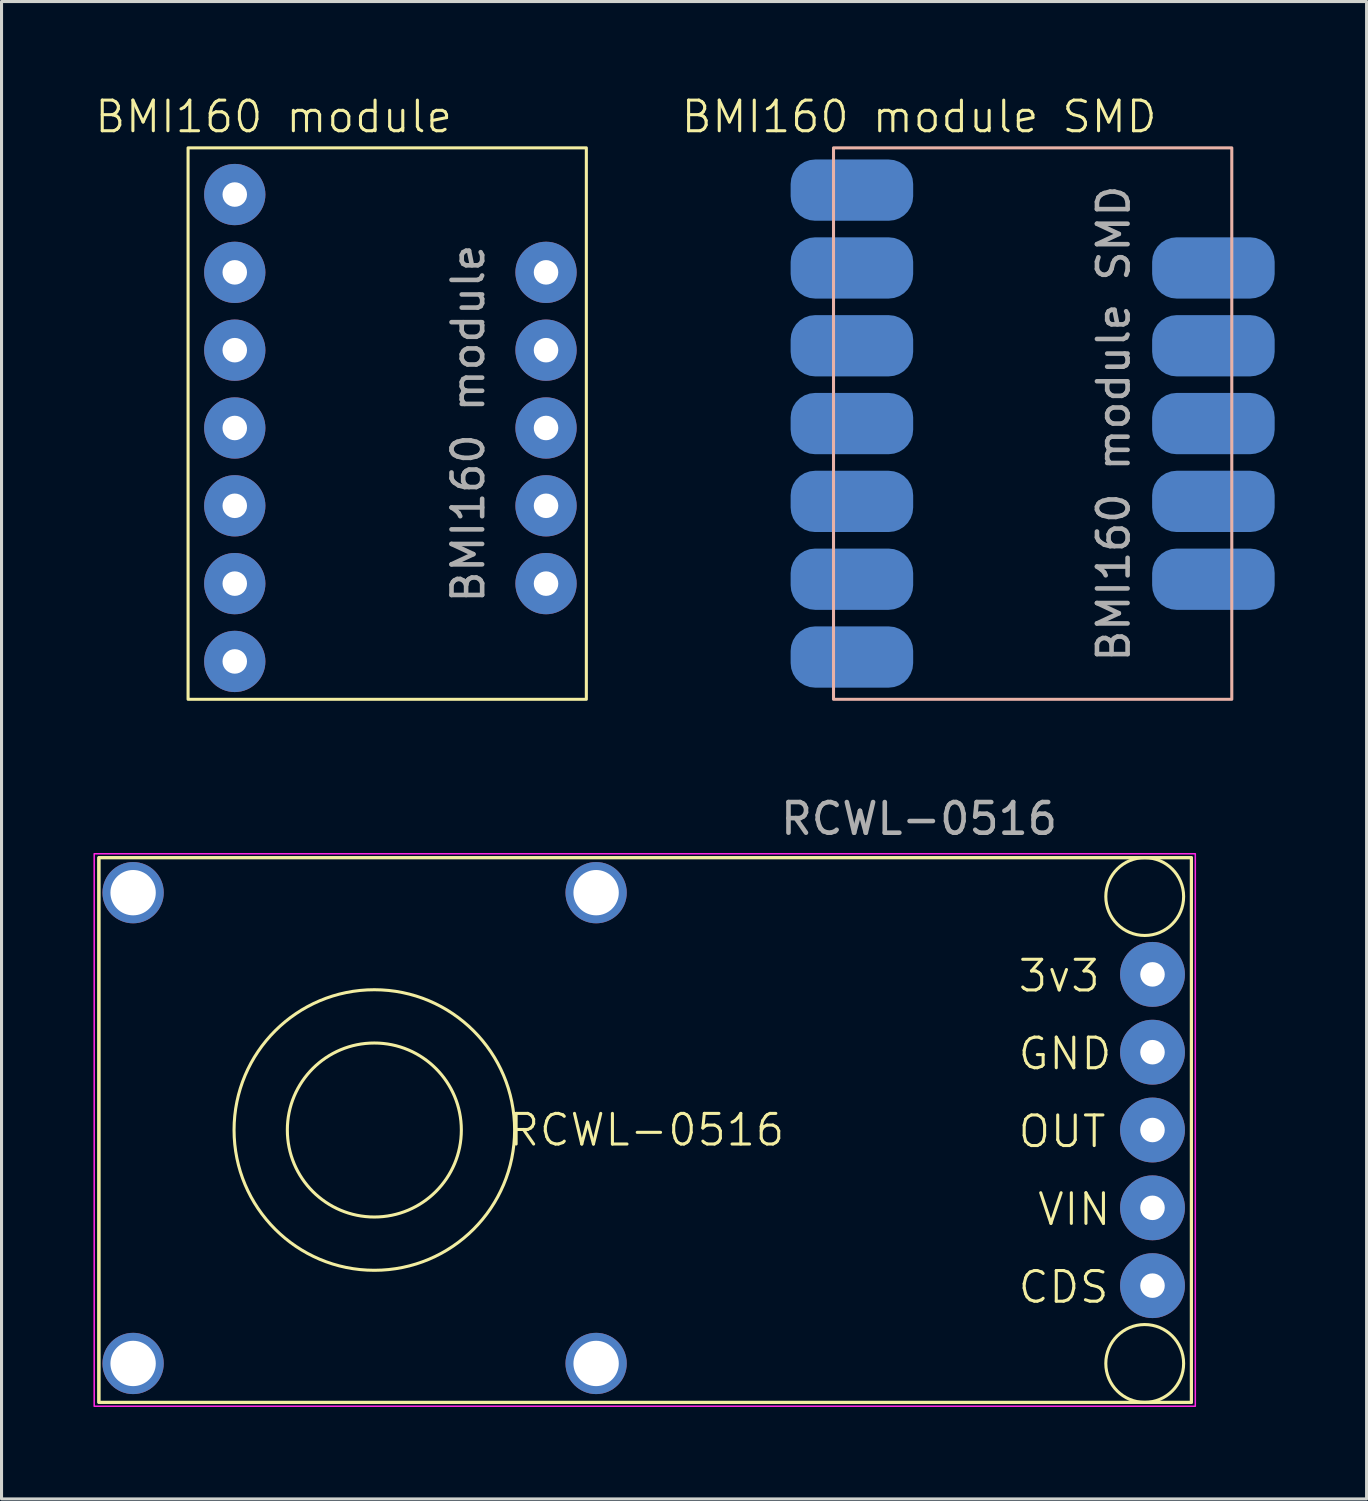
<source format=kicad_pcb>
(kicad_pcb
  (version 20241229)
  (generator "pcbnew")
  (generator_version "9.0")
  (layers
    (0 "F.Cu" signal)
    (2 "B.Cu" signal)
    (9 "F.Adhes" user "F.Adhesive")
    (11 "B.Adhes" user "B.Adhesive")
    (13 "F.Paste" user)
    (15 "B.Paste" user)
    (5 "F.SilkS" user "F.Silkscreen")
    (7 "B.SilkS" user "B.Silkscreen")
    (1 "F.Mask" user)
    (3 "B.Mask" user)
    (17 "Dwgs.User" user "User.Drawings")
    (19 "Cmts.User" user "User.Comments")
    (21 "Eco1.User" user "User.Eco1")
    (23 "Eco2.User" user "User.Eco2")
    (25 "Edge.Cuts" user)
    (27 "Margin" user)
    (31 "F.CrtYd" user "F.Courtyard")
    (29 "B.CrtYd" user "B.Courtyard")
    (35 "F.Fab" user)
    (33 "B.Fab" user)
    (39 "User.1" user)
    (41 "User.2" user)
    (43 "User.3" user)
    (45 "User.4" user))
  (footprint "BMI160 module SMD"
    (layer "F.Cu")
    (at 24.157 1.776)
    (property "Reference" "BMI160 module SMD" (at 2.794 -1.016 0) (unlocked yes) (layer "F.SilkS") (effects (font (size 1 1) (thickness 0.1))))
    (attr smd)
    (fp_rect (start 0 0) (end 13 18) (stroke (width 0.1) (type solid)) (fill no) (layer "B.SilkS"))
    (fp_text user "${REFERENCE}" (at 9.144 9 90) (unlocked yes) (layer "F.Fab") (effects (font (size 1 1) (thickness 0.15))))
    (pad "1" smd roundrect (at 0.6 1.38) (size 4 2) (layers "B.Cu" "B.Mask" "B.Paste") (roundrect_rratio 0.4))
    (pad "2" smd roundrect (at 0.6 3.92) (size 4 2) (layers "B.Cu" "B.Mask" "B.Paste") (roundrect_rratio 0.4))
    (pad "3" smd roundrect (at 0.6 6.46) (size 4 2) (layers "B.Cu" "B.Mask" "B.Paste") (roundrect_rratio 0.4))
    (pad "4" smd roundrect (at 0.6 9) (size 4 2) (layers "B.Cu" "B.Mask" "B.Paste") (roundrect_rratio 0.4))
    (pad "5" smd roundrect (at 0.6 11.54) (size 4 2) (layers "B.Cu" "B.Mask" "B.Paste") (roundrect_rratio 0.4))
    (pad "6" smd roundrect (at 0.6 14.08) (size 4 2) (layers "B.Cu" "B.Mask" "B.Paste") (roundrect_rratio 0.4))
    (pad "7" smd roundrect (at 0.6 16.62) (size 4 2) (layers "B.Cu" "B.Mask" "B.Paste") (roundrect_rratio 0.4))
    (pad "8" smd roundrect (at 12.4 14.08) (size 4 2) (layers "B.Cu" "B.Mask" "B.Paste") (roundrect_rratio 0.4))
    (pad "9" smd roundrect (at 12.4 11.54) (size 4 2) (layers "B.Cu" "B.Mask" "B.Paste") (roundrect_rratio 0.4))
    (pad "10" smd roundrect (at 12.4 9) (size 4 2) (layers "B.Cu" "B.Mask" "B.Paste") (roundrect_rratio 0.4))
    (pad "11" smd roundrect (at 12.4 6.46) (size 4 2) (layers "B.Cu" "B.Mask" "B.Paste") (roundrect_rratio 0.4))
    (pad "12" smd roundrect (at 12.4 3.92) (size 4 2) (layers "B.Cu" "B.Mask" "B.Paste") (roundrect_rratio 0.4)))
  (footprint "BMI160 module"
    (layer "F.Cu")
    (at 4.613 3.3)
    (property "Reference" "BMI160 module" (at 1.27 -2.54 0) (unlocked yes) (layer "F.SilkS") (effects (font (size 1 1) (thickness 0.1))))
    (attr through_hole)
    (fp_rect (start -1.524 -1.524) (end 11.476 16.476) (stroke (width 0.1) (type default)) (fill no) (layer "F.SilkS"))
    (fp_text user "${REFERENCE}" (at 7.62 7.476 90) (unlocked yes) (layer "F.Fab") (effects (font (size 1 1) (thickness 0.15))))
    (pad "1" thru_hole circle (at 0 0) (size 2 2) (drill 0.8) (layers "*.Cu" "*.Mask"))
    (pad "2" thru_hole circle (at 0 2.54) (size 2 2) (drill 0.8) (layers "*.Cu" "*.Mask"))
    (pad "3" thru_hole circle (at 0 5.08) (size 2 2) (drill 0.8) (layers "*.Cu" "*.Mask"))
    (pad "4" thru_hole circle (at 0 7.62) (size 2 2) (drill 0.8) (layers "*.Cu" "*.Mask"))
    (pad "5" thru_hole circle (at 0 10.16) (size 2 2) (drill 0.8) (layers "*.Cu" "*.Mask"))
    (pad "6" thru_hole circle (at 0 12.7) (size 2 2) (drill 0.8) (layers "*.Cu" "*.Mask"))
    (pad "7" thru_hole circle (at 0 15.24) (size 2 2) (drill 0.8) (layers "*.Cu" "*.Mask"))
    (pad "8" thru_hole circle (at 10.16 2.54) (size 2 2) (drill 0.8) (layers "*.Cu" "*.Mask"))
    (pad "9" thru_hole circle (at 10.16 5.08) (size 2 2) (drill 0.8) (layers "*.Cu" "*.Mask"))
    (pad "10" thru_hole circle (at 10.16 7.62) (size 2 2) (drill 0.8) (layers "*.Cu" "*.Mask"))
    (pad "11" thru_hole circle (at 10.16 10.16) (size 2 2) (drill 0.8) (layers "*.Cu" "*.Mask"))
    (pad "12" thru_hole circle (at 10.16 12.7) (size 2 2) (drill 0.8) (layers "*.Cu" "*.Mask")))
  (footprint "RCWL-0516"
    (layer "F.Cu")
    (at 21.869 33.835)
    (property "Reference" "RCWL-0516" (at -3.81 0 0) (unlocked yes) (layer "F.SilkS") (effects (font (size 1 1) (thickness 0.1))))
    (attr through_hole)
    (fp_rect (start -21.692 -8.89) (end 13.97 8.89) (stroke (width 0.1) (type default)) (fill no) (layer "F.SilkS"))
    (fp_rect (start -21.692 -8.89) (end 13.97 8.89) (stroke (width 0.1) (type default)) (fill no) (layer "F.SilkS"))
    (fp_circle (center -12.7 0) (end -15.24 -3.81) (stroke (width 0.1) (type default)) (fill no) (layer "F.SilkS"))
    (fp_circle (center -12.7 0) (end -15.24 -1.27) (stroke (width 0.1) (type default)) (fill no) (layer "F.SilkS"))
    (fp_circle (center 12.446 -7.62) (end 11.176 -7.62) (stroke (width 0.1) (type default)) (fill no) (layer "F.SilkS"))
    (fp_circle (center 12.446 7.62) (end 11.43 6.858) (stroke (width 0.1) (type default)) (fill no) (layer "F.SilkS"))
    (fp_rect (start -21.844 -9.017) (end 14.097 9.017) (stroke (width 0.05) (type default)) (fill no) (layer "F.CrtYd"))
    (fp_text user "OUT" (at 8.255 0.635 0) (unlocked yes) (layer "F.SilkS") (effects (font (size 1 1) (thickness 0.1)) (justify left bottom)))
    (fp_text user "VIN" (at 8.89 3.175 0) (unlocked yes) (layer "F.SilkS") (effects (font (size 1 1) (thickness 0.1)) (justify left bottom)))
    (fp_text user "CDS" (at 8.255 5.715 0) (unlocked yes) (layer "F.SilkS") (effects (font (size 1 1) (thickness 0.1)) (justify left bottom)))
    (fp_text user "3v3" (at 8.255 -4.445 0) (unlocked yes) (layer "F.SilkS") (effects (font (size 1 1) (thickness 0.1)) (justify left bottom)))
    (fp_text user "GND" (at 8.255 -1.905 0) (unlocked yes) (layer "F.SilkS") (effects (font (size 1 1) (thickness 0.1)) (justify left bottom)))
    (fp_text user "${REFERENCE}" (at 5.08 -10.16 0) (unlocked yes) (layer "F.Fab") (effects (font (size 1 1) (thickness 0.15))))
    (pad "1" thru_hole circle (at 12.7 -5.08 180) (size 2.117 2.117) (drill 0.8) (layers "*.Cu" "*.Mask"))
    (pad "2" thru_hole circle (at -20.574 -7.747 180) (size 2 2) (drill 1.48) (layers "*.Cu" "*.Mask"))
    (pad "2" thru_hole circle (at -20.574 7.62 180) (size 2 2) (drill 1.48) (layers "*.Cu" "*.Mask"))
    (pad "2" thru_hole circle (at -5.461 -7.747 180) (size 2 2) (drill 1.48) (layers "*.Cu" "*.Mask"))
    (pad "2" thru_hole circle (at -5.461 7.62 180) (size 2 2) (drill 1.48) (layers "*.Cu" "*.Mask"))
    (pad "2" thru_hole circle (at 12.7 -2.54 180) (size 2.117 2.117) (drill 0.8) (layers "*.Cu" "*.Mask"))
    (pad "3" thru_hole circle (at 12.7 0 180) (size 2.117 2.117) (drill 0.8) (layers "*.Cu" "*.Mask"))
    (pad "4" thru_hole circle (at 12.7 2.54 180) (size 2.117 2.117) (drill 0.8) (layers "*.Cu" "*.Mask"))
    (pad "5" thru_hole circle (at 12.7 5.08 180) (size 2.117 2.117) (drill 0.8) (layers "*.Cu" "*.Mask")))
  (gr_rect
    (start -3 -3)
    (end 41.557 45.877)
    (stroke (width 0.1) (type default))
    (fill no)
    (layer "Edge.Cuts")))
</source>
